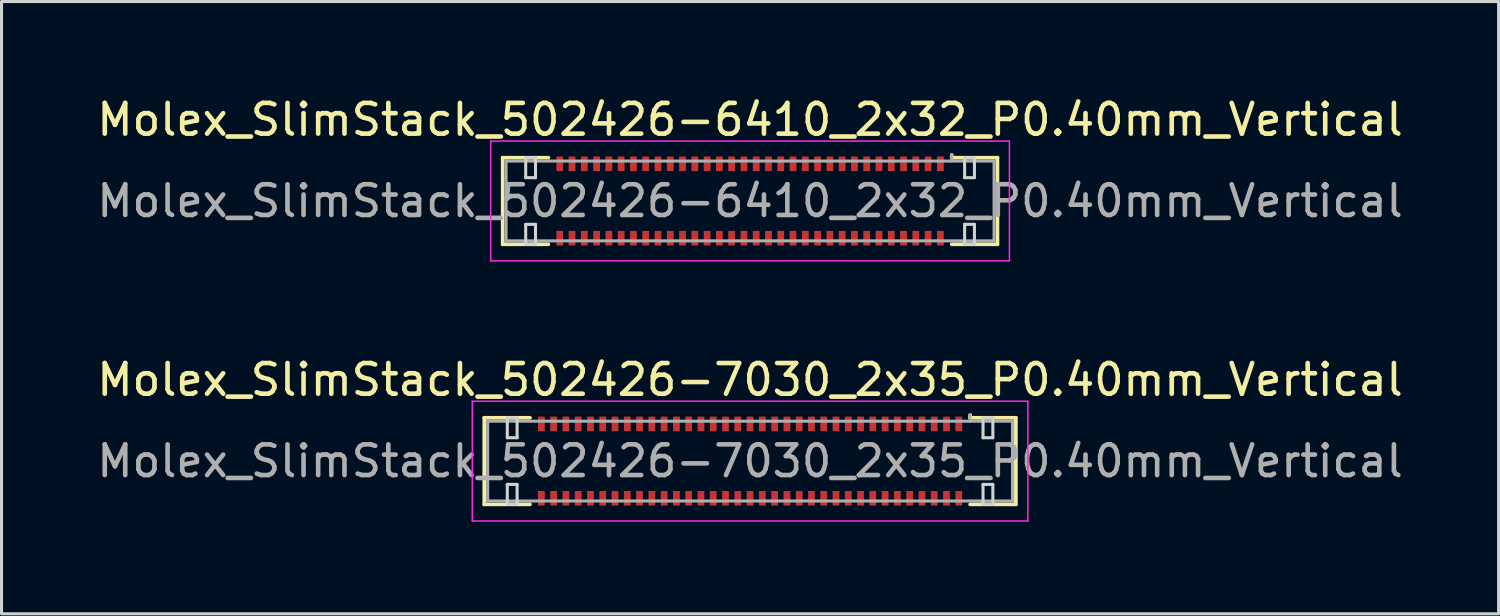
<source format=kicad_pcb>
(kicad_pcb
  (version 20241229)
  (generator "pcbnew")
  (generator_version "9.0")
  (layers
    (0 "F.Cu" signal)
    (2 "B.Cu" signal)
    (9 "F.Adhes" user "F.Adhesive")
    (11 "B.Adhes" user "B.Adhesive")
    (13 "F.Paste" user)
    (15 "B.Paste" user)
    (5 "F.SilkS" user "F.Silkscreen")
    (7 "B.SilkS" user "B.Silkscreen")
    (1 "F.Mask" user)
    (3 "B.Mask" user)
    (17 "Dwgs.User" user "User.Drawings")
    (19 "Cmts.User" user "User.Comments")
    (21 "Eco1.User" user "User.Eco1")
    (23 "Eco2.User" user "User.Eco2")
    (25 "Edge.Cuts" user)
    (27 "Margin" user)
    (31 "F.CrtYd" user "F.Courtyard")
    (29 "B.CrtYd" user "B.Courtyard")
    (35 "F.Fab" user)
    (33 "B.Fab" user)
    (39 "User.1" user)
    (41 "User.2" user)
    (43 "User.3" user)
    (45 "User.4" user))
  (footprint "Molex_SlimStack_502426-6410_2x32_P0.40mm_Vertical"
    (layer "F.Cu")
    (at 21.387 3.498)
    (property "Reference" "Molex_SlimStack_502426-6410_2x32_P0.40mm_Vertical" (at 0 -2.65 0) (layer "F.SilkS") (effects (font (size 1 1) (thickness 0.15))))
    (attr smd)
    (fp_line (start -8.06 -1.41) (end -6.57 -1.41) (stroke (width 0.12) (type solid)) (layer "F.SilkS"))
    (fp_line (start -8.06 1.41) (end -8.06 -1.41) (stroke (width 0.12) (type solid)) (layer "F.SilkS"))
    (fp_line (start -6.57 1.41) (end -8.06 1.41) (stroke (width 0.12) (type solid)) (layer "F.SilkS"))
    (fp_line (start 6.57 -1.41) (end 6.57 -1.5) (stroke (width 0.12) (type solid)) (layer "F.SilkS"))
    (fp_line (start 6.57 1.41) (end 8.06 1.41) (stroke (width 0.12) (type solid)) (layer "F.SilkS"))
    (fp_line (start 8.06 -1.41) (end 6.57 -1.41) (stroke (width 0.12) (type solid)) (layer "F.SilkS"))
    (fp_line (start 8.06 1.41) (end 8.06 -1.41) (stroke (width 0.12) (type solid)) (layer "F.SilkS"))
    (fp_line (start -7.31 -1.41) (end -7.31 -0.76) (stroke (width 0.1) (type solid)) (layer "Edge.Cuts"))
    (fp_line (start -7.31 -0.76) (end -6.99 -0.76) (stroke (width 0.1) (type solid)) (layer "Edge.Cuts"))
    (fp_line (start -7.31 0.76) (end -7.31 1.41) (stroke (width 0.1) (type solid)) (layer "Edge.Cuts"))
    (fp_line (start -7.31 1.41) (end -6.99 1.41) (stroke (width 0.1) (type solid)) (layer "Edge.Cuts"))
    (fp_line (start -6.99 -1.41) (end -7.31 -1.41) (stroke (width 0.1) (type solid)) (layer "Edge.Cuts"))
    (fp_line (start -6.99 -0.76) (end -6.99 -1.41) (stroke (width 0.1) (type solid)) (layer "Edge.Cuts"))
    (fp_line (start -6.99 0.76) (end -7.31 0.76) (stroke (width 0.1) (type solid)) (layer "Edge.Cuts"))
    (fp_line (start -6.99 1.41) (end -6.99 0.76) (stroke (width 0.1) (type solid)) (layer "Edge.Cuts"))
    (fp_line (start 6.99 -1.41) (end 6.99 -0.76) (stroke (width 0.1) (type solid)) (layer "Edge.Cuts"))
    (fp_line (start 6.99 -0.76) (end 7.31 -0.76) (stroke (width 0.1) (type solid)) (layer "Edge.Cuts"))
    (fp_line (start 6.99 0.76) (end 6.99 1.41) (stroke (width 0.1) (type solid)) (layer "Edge.Cuts"))
    (fp_line (start 6.99 1.41) (end 7.31 1.41) (stroke (width 0.1) (type solid)) (layer "Edge.Cuts"))
    (fp_line (start 7.31 -1.41) (end 6.99 -1.41) (stroke (width 0.1) (type solid)) (layer "Edge.Cuts"))
    (fp_line (start 7.31 -0.76) (end 7.31 -1.41) (stroke (width 0.1) (type solid)) (layer "Edge.Cuts"))
    (fp_line (start 7.31 0.76) (end 6.99 0.76) (stroke (width 0.1) (type solid)) (layer "Edge.Cuts"))
    (fp_line (start 7.31 1.41) (end 7.31 0.76) (stroke (width 0.1) (type solid)) (layer "Edge.Cuts"))
    (fp_line (start -8.45 -1.95) (end -8.45 1.95) (stroke (width 0.05) (type solid)) (layer "F.CrtYd"))
    (fp_line (start -8.45 1.95) (end 8.45 1.95) (stroke (width 0.05) (type solid)) (layer "F.CrtYd"))
    (fp_line (start 8.45 -1.95) (end -8.45 -1.95) (stroke (width 0.05) (type solid)) (layer "F.CrtYd"))
    (fp_line (start 8.45 1.95) (end 8.45 -1.95) (stroke (width 0.05) (type solid)) (layer "F.CrtYd"))
    (fp_line (start -7.95 -1.3) (end -7.95 1.3) (stroke (width 0.1) (type solid)) (layer "F.Fab"))
    (fp_line (start -7.95 1.3) (end 7.95 1.3) (stroke (width 0.1) (type solid)) (layer "F.Fab"))
    (fp_line (start 6.57 -1.3) (end 6.57 -1.5) (stroke (width 0.1) (type solid)) (layer "F.Fab"))
    (fp_line (start 7.95 -1.3) (end -7.95 -1.3) (stroke (width 0.1) (type solid)) (layer "F.Fab"))
    (fp_line (start 7.95 1.3) (end 7.95 -1.3) (stroke (width 0.1) (type solid)) (layer "F.Fab"))
    (fp_text user "${REFERENCE}" (at 0 0 0) (layer "F.Fab") (effects (font (size 1 1) (thickness 0.15))))
    (pad "1" smd rect (at 6.2 -1.212) (size 0.22 0.475) (layers "F.Cu" "F.Mask" "F.Paste"))
    (pad "2" smd rect (at 6.2 1.212) (size 0.22 0.475) (layers "F.Cu" "F.Mask" "F.Paste"))
    (pad "3" smd rect (at 5.8 -1.212) (size 0.22 0.475) (layers "F.Cu" "F.Mask" "F.Paste"))
    (pad "4" smd rect (at 5.8 1.212) (size 0.22 0.475) (layers "F.Cu" "F.Mask" "F.Paste"))
    (pad "5" smd rect (at 5.4 -1.212) (size 0.22 0.475) (layers "F.Cu" "F.Mask" "F.Paste"))
    (pad "6" smd rect (at 5.4 1.212) (size 0.22 0.475) (layers "F.Cu" "F.Mask" "F.Paste"))
    (pad "7" smd rect (at 5 -1.212) (size 0.22 0.475) (layers "F.Cu" "F.Mask" "F.Paste"))
    (pad "8" smd rect (at 5 1.212) (size 0.22 0.475) (layers "F.Cu" "F.Mask" "F.Paste"))
    (pad "9" smd rect (at 4.6 -1.212) (size 0.22 0.475) (layers "F.Cu" "F.Mask" "F.Paste"))
    (pad "10" smd rect (at 4.6 1.212) (size 0.22 0.475) (layers "F.Cu" "F.Mask" "F.Paste"))
    (pad "11" smd rect (at 4.2 -1.212) (size 0.22 0.475) (layers "F.Cu" "F.Mask" "F.Paste"))
    (pad "12" smd rect (at 4.2 1.212) (size 0.22 0.475) (layers "F.Cu" "F.Mask" "F.Paste"))
    (pad "13" smd rect (at 3.8 -1.212) (size 0.22 0.475) (layers "F.Cu" "F.Mask" "F.Paste"))
    (pad "14" smd rect (at 3.8 1.212) (size 0.22 0.475) (layers "F.Cu" "F.Mask" "F.Paste"))
    (pad "15" smd rect (at 3.4 -1.212) (size 0.22 0.475) (layers "F.Cu" "F.Mask" "F.Paste"))
    (pad "16" smd rect (at 3.4 1.212) (size 0.22 0.475) (layers "F.Cu" "F.Mask" "F.Paste"))
    (pad "17" smd rect (at 3 -1.212) (size 0.22 0.475) (layers "F.Cu" "F.Mask" "F.Paste"))
    (pad "18" smd rect (at 3 1.212) (size 0.22 0.475) (layers "F.Cu" "F.Mask" "F.Paste"))
    (pad "19" smd rect (at 2.6 -1.212) (size 0.22 0.475) (layers "F.Cu" "F.Mask" "F.Paste"))
    (pad "20" smd rect (at 2.6 1.212) (size 0.22 0.475) (layers "F.Cu" "F.Mask" "F.Paste"))
    (pad "21" smd rect (at 2.2 -1.212) (size 0.22 0.475) (layers "F.Cu" "F.Mask" "F.Paste"))
    (pad "22" smd rect (at 2.2 1.212) (size 0.22 0.475) (layers "F.Cu" "F.Mask" "F.Paste"))
    (pad "23" smd rect (at 1.8 -1.212) (size 0.22 0.475) (layers "F.Cu" "F.Mask" "F.Paste"))
    (pad "24" smd rect (at 1.8 1.212) (size 0.22 0.475) (layers "F.Cu" "F.Mask" "F.Paste"))
    (pad "25" smd rect (at 1.4 -1.212) (size 0.22 0.475) (layers "F.Cu" "F.Mask" "F.Paste"))
    (pad "26" smd rect (at 1.4 1.212) (size 0.22 0.475) (layers "F.Cu" "F.Mask" "F.Paste"))
    (pad "27" smd rect (at 1 -1.212) (size 0.22 0.475) (layers "F.Cu" "F.Mask" "F.Paste"))
    (pad "28" smd rect (at 1 1.212) (size 0.22 0.475) (layers "F.Cu" "F.Mask" "F.Paste"))
    (pad "29" smd rect (at 0.6 -1.212) (size 0.22 0.475) (layers "F.Cu" "F.Mask" "F.Paste"))
    (pad "30" smd rect (at 0.6 1.212) (size 0.22 0.475) (layers "F.Cu" "F.Mask" "F.Paste"))
    (pad "31" smd rect (at 0.2 -1.212) (size 0.22 0.475) (layers "F.Cu" "F.Mask" "F.Paste"))
    (pad "32" smd rect (at 0.2 1.212) (size 0.22 0.475) (layers "F.Cu" "F.Mask" "F.Paste"))
    (pad "33" smd rect (at -0.2 -1.212) (size 0.22 0.475) (layers "F.Cu" "F.Mask" "F.Paste"))
    (pad "34" smd rect (at -0.2 1.212) (size 0.22 0.475) (layers "F.Cu" "F.Mask" "F.Paste"))
    (pad "35" smd rect (at -0.6 -1.212) (size 0.22 0.475) (layers "F.Cu" "F.Mask" "F.Paste"))
    (pad "36" smd rect (at -0.6 1.212) (size 0.22 0.475) (layers "F.Cu" "F.Mask" "F.Paste"))
    (pad "37" smd rect (at -1 -1.212) (size 0.22 0.475) (layers "F.Cu" "F.Mask" "F.Paste"))
    (pad "38" smd rect (at -1 1.212) (size 0.22 0.475) (layers "F.Cu" "F.Mask" "F.Paste"))
    (pad "39" smd rect (at -1.4 -1.212) (size 0.22 0.475) (layers "F.Cu" "F.Mask" "F.Paste"))
    (pad "40" smd rect (at -1.4 1.212) (size 0.22 0.475) (layers "F.Cu" "F.Mask" "F.Paste"))
    (pad "41" smd rect (at -1.8 -1.212) (size 0.22 0.475) (layers "F.Cu" "F.Mask" "F.Paste"))
    (pad "42" smd rect (at -1.8 1.212) (size 0.22 0.475) (layers "F.Cu" "F.Mask" "F.Paste"))
    (pad "43" smd rect (at -2.2 -1.212) (size 0.22 0.475) (layers "F.Cu" "F.Mask" "F.Paste"))
    (pad "44" smd rect (at -2.2 1.212) (size 0.22 0.475) (layers "F.Cu" "F.Mask" "F.Paste"))
    (pad "45" smd rect (at -2.6 -1.212) (size 0.22 0.475) (layers "F.Cu" "F.Mask" "F.Paste"))
    (pad "46" smd rect (at -2.6 1.212) (size 0.22 0.475) (layers "F.Cu" "F.Mask" "F.Paste"))
    (pad "47" smd rect (at -3 -1.212) (size 0.22 0.475) (layers "F.Cu" "F.Mask" "F.Paste"))
    (pad "48" smd rect (at -3 1.212) (size 0.22 0.475) (layers "F.Cu" "F.Mask" "F.Paste"))
    (pad "49" smd rect (at -3.4 -1.212) (size 0.22 0.475) (layers "F.Cu" "F.Mask" "F.Paste"))
    (pad "50" smd rect (at -3.4 1.212) (size 0.22 0.475) (layers "F.Cu" "F.Mask" "F.Paste"))
    (pad "51" smd rect (at -3.8 -1.212) (size 0.22 0.475) (layers "F.Cu" "F.Mask" "F.Paste"))
    (pad "52" smd rect (at -3.8 1.212) (size 0.22 0.475) (layers "F.Cu" "F.Mask" "F.Paste"))
    (pad "53" smd rect (at -4.2 -1.212) (size 0.22 0.475) (layers "F.Cu" "F.Mask" "F.Paste"))
    (pad "54" smd rect (at -4.2 1.212) (size 0.22 0.475) (layers "F.Cu" "F.Mask" "F.Paste"))
    (pad "55" smd rect (at -4.6 -1.212) (size 0.22 0.475) (layers "F.Cu" "F.Mask" "F.Paste"))
    (pad "56" smd rect (at -4.6 1.212) (size 0.22 0.475) (layers "F.Cu" "F.Mask" "F.Paste"))
    (pad "57" smd rect (at -5 -1.212) (size 0.22 0.475) (layers "F.Cu" "F.Mask" "F.Paste"))
    (pad "58" smd rect (at -5 1.212) (size 0.22 0.475) (layers "F.Cu" "F.Mask" "F.Paste"))
    (pad "59" smd rect (at -5.4 -1.212) (size 0.22 0.475) (layers "F.Cu" "F.Mask" "F.Paste"))
    (pad "60" smd rect (at -5.4 1.212) (size 0.22 0.475) (layers "F.Cu" "F.Mask" "F.Paste"))
    (pad "61" smd rect (at -5.8 -1.212) (size 0.22 0.475) (layers "F.Cu" "F.Mask" "F.Paste"))
    (pad "62" smd rect (at -5.8 1.212) (size 0.22 0.475) (layers "F.Cu" "F.Mask" "F.Paste"))
    (pad "63" smd rect (at -6.2 -1.212) (size 0.22 0.475) (layers "F.Cu" "F.Mask" "F.Paste"))
    (pad "64" smd rect (at -6.2 1.212) (size 0.22 0.475) (layers "F.Cu" "F.Mask" "F.Paste")))
  (footprint "Molex_SlimStack_502426-7030_2x35_P0.40mm_Vertical"
    (layer "F.Cu")
    (at 21.387 11.972)
    (property "Reference" "Molex_SlimStack_502426-7030_2x35_P0.40mm_Vertical" (at 0 -2.65 0) (layer "F.SilkS") (effects (font (size 1 1) (thickness 0.15))))
    (attr smd)
    (fp_line (start -8.66 -1.41) (end -7.17 -1.41) (stroke (width 0.12) (type solid)) (layer "F.SilkS"))
    (fp_line (start -8.66 1.41) (end -8.66 -1.41) (stroke (width 0.12) (type solid)) (layer "F.SilkS"))
    (fp_line (start -7.17 1.41) (end -8.66 1.41) (stroke (width 0.12) (type solid)) (layer "F.SilkS"))
    (fp_line (start 7.17 -1.41) (end 7.17 -1.5) (stroke (width 0.12) (type solid)) (layer "F.SilkS"))
    (fp_line (start 7.17 1.41) (end 8.66 1.41) (stroke (width 0.12) (type solid)) (layer "F.SilkS"))
    (fp_line (start 8.66 -1.41) (end 7.17 -1.41) (stroke (width 0.12) (type solid)) (layer "F.SilkS"))
    (fp_line (start 8.66 1.41) (end 8.66 -1.41) (stroke (width 0.12) (type solid)) (layer "F.SilkS"))
    (fp_line (start -7.91 -1.41) (end -7.91 -0.76) (stroke (width 0.1) (type solid)) (layer "Edge.Cuts"))
    (fp_line (start -7.91 -0.76) (end -7.59 -0.76) (stroke (width 0.1) (type solid)) (layer "Edge.Cuts"))
    (fp_line (start -7.91 0.76) (end -7.91 1.41) (stroke (width 0.1) (type solid)) (layer "Edge.Cuts"))
    (fp_line (start -7.91 1.41) (end -7.59 1.41) (stroke (width 0.1) (type solid)) (layer "Edge.Cuts"))
    (fp_line (start -7.59 -1.41) (end -7.91 -1.41) (stroke (width 0.1) (type solid)) (layer "Edge.Cuts"))
    (fp_line (start -7.59 -0.76) (end -7.59 -1.41) (stroke (width 0.1) (type solid)) (layer "Edge.Cuts"))
    (fp_line (start -7.59 0.76) (end -7.91 0.76) (stroke (width 0.1) (type solid)) (layer "Edge.Cuts"))
    (fp_line (start -7.59 1.41) (end -7.59 0.76) (stroke (width 0.1) (type solid)) (layer "Edge.Cuts"))
    (fp_line (start 7.59 -1.41) (end 7.59 -0.76) (stroke (width 0.1) (type solid)) (layer "Edge.Cuts"))
    (fp_line (start 7.59 -0.76) (end 7.91 -0.76) (stroke (width 0.1) (type solid)) (layer "Edge.Cuts"))
    (fp_line (start 7.59 0.76) (end 7.59 1.41) (stroke (width 0.1) (type solid)) (layer "Edge.Cuts"))
    (fp_line (start 7.59 1.41) (end 7.91 1.41) (stroke (width 0.1) (type solid)) (layer "Edge.Cuts"))
    (fp_line (start 7.91 -1.41) (end 7.59 -1.41) (stroke (width 0.1) (type solid)) (layer "Edge.Cuts"))
    (fp_line (start 7.91 -0.76) (end 7.91 -1.41) (stroke (width 0.1) (type solid)) (layer "Edge.Cuts"))
    (fp_line (start 7.91 0.76) (end 7.59 0.76) (stroke (width 0.1) (type solid)) (layer "Edge.Cuts"))
    (fp_line (start 7.91 1.41) (end 7.91 0.76) (stroke (width 0.1) (type solid)) (layer "Edge.Cuts"))
    (fp_line (start -9.05 -1.95) (end -9.05 1.95) (stroke (width 0.05) (type solid)) (layer "F.CrtYd"))
    (fp_line (start -9.05 1.95) (end 9.05 1.95) (stroke (width 0.05) (type solid)) (layer "F.CrtYd"))
    (fp_line (start 9.05 -1.95) (end -9.05 -1.95) (stroke (width 0.05) (type solid)) (layer "F.CrtYd"))
    (fp_line (start 9.05 1.95) (end 9.05 -1.95) (stroke (width 0.05) (type solid)) (layer "F.CrtYd"))
    (fp_line (start -8.55 -1.3) (end -8.55 1.3) (stroke (width 0.1) (type solid)) (layer "F.Fab"))
    (fp_line (start -8.55 1.3) (end 8.55 1.3) (stroke (width 0.1) (type solid)) (layer "F.Fab"))
    (fp_line (start 7.17 -1.3) (end 7.17 -1.5) (stroke (width 0.1) (type solid)) (layer "F.Fab"))
    (fp_line (start 8.55 -1.3) (end -8.55 -1.3) (stroke (width 0.1) (type solid)) (layer "F.Fab"))
    (fp_line (start 8.55 1.3) (end 8.55 -1.3) (stroke (width 0.1) (type solid)) (layer "F.Fab"))
    (fp_text user "${REFERENCE}" (at 0 0 0) (layer "F.Fab") (effects (font (size 1 1) (thickness 0.15))))
    (pad "1" smd rect (at 6.8 -1.212) (size 0.22 0.475) (layers "F.Cu" "F.Mask" "F.Paste"))
    (pad "2" smd rect (at 6.8 1.212) (size 0.22 0.475) (layers "F.Cu" "F.Mask" "F.Paste"))
    (pad "3" smd rect (at 6.4 -1.212) (size 0.22 0.475) (layers "F.Cu" "F.Mask" "F.Paste"))
    (pad "4" smd rect (at 6.4 1.212) (size 0.22 0.475) (layers "F.Cu" "F.Mask" "F.Paste"))
    (pad "5" smd rect (at 6 -1.212) (size 0.22 0.475) (layers "F.Cu" "F.Mask" "F.Paste"))
    (pad "6" smd rect (at 6 1.212) (size 0.22 0.475) (layers "F.Cu" "F.Mask" "F.Paste"))
    (pad "7" smd rect (at 5.6 -1.212) (size 0.22 0.475) (layers "F.Cu" "F.Mask" "F.Paste"))
    (pad "8" smd rect (at 5.6 1.212) (size 0.22 0.475) (layers "F.Cu" "F.Mask" "F.Paste"))
    (pad "9" smd rect (at 5.2 -1.212) (size 0.22 0.475) (layers "F.Cu" "F.Mask" "F.Paste"))
    (pad "10" smd rect (at 5.2 1.212) (size 0.22 0.475) (layers "F.Cu" "F.Mask" "F.Paste"))
    (pad "11" smd rect (at 4.8 -1.212) (size 0.22 0.475) (layers "F.Cu" "F.Mask" "F.Paste"))
    (pad "12" smd rect (at 4.8 1.212) (size 0.22 0.475) (layers "F.Cu" "F.Mask" "F.Paste"))
    (pad "13" smd rect (at 4.4 -1.212) (size 0.22 0.475) (layers "F.Cu" "F.Mask" "F.Paste"))
    (pad "14" smd rect (at 4.4 1.212) (size 0.22 0.475) (layers "F.Cu" "F.Mask" "F.Paste"))
    (pad "15" smd rect (at 4 -1.212) (size 0.22 0.475) (layers "F.Cu" "F.Mask" "F.Paste"))
    (pad "16" smd rect (at 4 1.212) (size 0.22 0.475) (layers "F.Cu" "F.Mask" "F.Paste"))
    (pad "17" smd rect (at 3.6 -1.212) (size 0.22 0.475) (layers "F.Cu" "F.Mask" "F.Paste"))
    (pad "18" smd rect (at 3.6 1.212) (size 0.22 0.475) (layers "F.Cu" "F.Mask" "F.Paste"))
    (pad "19" smd rect (at 3.2 -1.212) (size 0.22 0.475) (layers "F.Cu" "F.Mask" "F.Paste"))
    (pad "20" smd rect (at 3.2 1.212) (size 0.22 0.475) (layers "F.Cu" "F.Mask" "F.Paste"))
    (pad "21" smd rect (at 2.8 -1.212) (size 0.22 0.475) (layers "F.Cu" "F.Mask" "F.Paste"))
    (pad "22" smd rect (at 2.8 1.212) (size 0.22 0.475) (layers "F.Cu" "F.Mask" "F.Paste"))
    (pad "23" smd rect (at 2.4 -1.212) (size 0.22 0.475) (layers "F.Cu" "F.Mask" "F.Paste"))
    (pad "24" smd rect (at 2.4 1.212) (size 0.22 0.475) (layers "F.Cu" "F.Mask" "F.Paste"))
    (pad "25" smd rect (at 2 -1.212) (size 0.22 0.475) (layers "F.Cu" "F.Mask" "F.Paste"))
    (pad "26" smd rect (at 2 1.212) (size 0.22 0.475) (layers "F.Cu" "F.Mask" "F.Paste"))
    (pad "27" smd rect (at 1.6 -1.212) (size 0.22 0.475) (layers "F.Cu" "F.Mask" "F.Paste"))
    (pad "28" smd rect (at 1.6 1.212) (size 0.22 0.475) (layers "F.Cu" "F.Mask" "F.Paste"))
    (pad "29" smd rect (at 1.2 -1.212) (size 0.22 0.475) (layers "F.Cu" "F.Mask" "F.Paste"))
    (pad "30" smd rect (at 1.2 1.212) (size 0.22 0.475) (layers "F.Cu" "F.Mask" "F.Paste"))
    (pad "31" smd rect (at 0.8 -1.212) (size 0.22 0.475) (layers "F.Cu" "F.Mask" "F.Paste"))
    (pad "32" smd rect (at 0.8 1.212) (size 0.22 0.475) (layers "F.Cu" "F.Mask" "F.Paste"))
    (pad "33" smd rect (at 0.4 -1.212) (size 0.22 0.475) (layers "F.Cu" "F.Mask" "F.Paste"))
    (pad "34" smd rect (at 0.4 1.212) (size 0.22 0.475) (layers "F.Cu" "F.Mask" "F.Paste"))
    (pad "35" smd rect (at 0 -1.212) (size 0.22 0.475) (layers "F.Cu" "F.Mask" "F.Paste"))
    (pad "36" smd rect (at 0 1.212) (size 0.22 0.475) (layers "F.Cu" "F.Mask" "F.Paste"))
    (pad "37" smd rect (at -0.4 -1.212) (size 0.22 0.475) (layers "F.Cu" "F.Mask" "F.Paste"))
    (pad "38" smd rect (at -0.4 1.212) (size 0.22 0.475) (layers "F.Cu" "F.Mask" "F.Paste"))
    (pad "39" smd rect (at -0.8 -1.212) (size 0.22 0.475) (layers "F.Cu" "F.Mask" "F.Paste"))
    (pad "40" smd rect (at -0.8 1.212) (size 0.22 0.475) (layers "F.Cu" "F.Mask" "F.Paste"))
    (pad "41" smd rect (at -1.2 -1.212) (size 0.22 0.475) (layers "F.Cu" "F.Mask" "F.Paste"))
    (pad "42" smd rect (at -1.2 1.212) (size 0.22 0.475) (layers "F.Cu" "F.Mask" "F.Paste"))
    (pad "43" smd rect (at -1.6 -1.212) (size 0.22 0.475) (layers "F.Cu" "F.Mask" "F.Paste"))
    (pad "44" smd rect (at -1.6 1.212) (size 0.22 0.475) (layers "F.Cu" "F.Mask" "F.Paste"))
    (pad "45" smd rect (at -2 -1.212) (size 0.22 0.475) (layers "F.Cu" "F.Mask" "F.Paste"))
    (pad "46" smd rect (at -2 1.212) (size 0.22 0.475) (layers "F.Cu" "F.Mask" "F.Paste"))
    (pad "47" smd rect (at -2.4 -1.212) (size 0.22 0.475) (layers "F.Cu" "F.Mask" "F.Paste"))
    (pad "48" smd rect (at -2.4 1.212) (size 0.22 0.475) (layers "F.Cu" "F.Mask" "F.Paste"))
    (pad "49" smd rect (at -2.8 -1.212) (size 0.22 0.475) (layers "F.Cu" "F.Mask" "F.Paste"))
    (pad "50" smd rect (at -2.8 1.212) (size 0.22 0.475) (layers "F.Cu" "F.Mask" "F.Paste"))
    (pad "51" smd rect (at -3.2 -1.212) (size 0.22 0.475) (layers "F.Cu" "F.Mask" "F.Paste"))
    (pad "52" smd rect (at -3.2 1.212) (size 0.22 0.475) (layers "F.Cu" "F.Mask" "F.Paste"))
    (pad "53" smd rect (at -3.6 -1.212) (size 0.22 0.475) (layers "F.Cu" "F.Mask" "F.Paste"))
    (pad "54" smd rect (at -3.6 1.212) (size 0.22 0.475) (layers "F.Cu" "F.Mask" "F.Paste"))
    (pad "55" smd rect (at -4 -1.212) (size 0.22 0.475) (layers "F.Cu" "F.Mask" "F.Paste"))
    (pad "56" smd rect (at -4 1.212) (size 0.22 0.475) (layers "F.Cu" "F.Mask" "F.Paste"))
    (pad "57" smd rect (at -4.4 -1.212) (size 0.22 0.475) (layers "F.Cu" "F.Mask" "F.Paste"))
    (pad "58" smd rect (at -4.4 1.212) (size 0.22 0.475) (layers "F.Cu" "F.Mask" "F.Paste"))
    (pad "59" smd rect (at -4.8 -1.212) (size 0.22 0.475) (layers "F.Cu" "F.Mask" "F.Paste"))
    (pad "60" smd rect (at -4.8 1.212) (size 0.22 0.475) (layers "F.Cu" "F.Mask" "F.Paste"))
    (pad "61" smd rect (at -5.2 -1.212) (size 0.22 0.475) (layers "F.Cu" "F.Mask" "F.Paste"))
    (pad "62" smd rect (at -5.2 1.212) (size 0.22 0.475) (layers "F.Cu" "F.Mask" "F.Paste"))
    (pad "63" smd rect (at -5.6 -1.212) (size 0.22 0.475) (layers "F.Cu" "F.Mask" "F.Paste"))
    (pad "64" smd rect (at -5.6 1.212) (size 0.22 0.475) (layers "F.Cu" "F.Mask" "F.Paste"))
    (pad "65" smd rect (at -6 -1.212) (size 0.22 0.475) (layers "F.Cu" "F.Mask" "F.Paste"))
    (pad "66" smd rect (at -6 1.212) (size 0.22 0.475) (layers "F.Cu" "F.Mask" "F.Paste"))
    (pad "67" smd rect (at -6.4 -1.212) (size 0.22 0.475) (layers "F.Cu" "F.Mask" "F.Paste"))
    (pad "68" smd rect (at -6.4 1.212) (size 0.22 0.475) (layers "F.Cu" "F.Mask" "F.Paste"))
    (pad "69" smd rect (at -6.8 -1.212) (size 0.22 0.475) (layers "F.Cu" "F.Mask" "F.Paste"))
    (pad "70" smd rect (at -6.8 1.212) (size 0.22 0.475) (layers "F.Cu" "F.Mask" "F.Paste")))
  (gr_rect
    (start -3 -3)
    (end 45.774 16.947)
    (stroke (width 0.1) (type default))
    (fill no)
    (layer "Edge.Cuts")))
</source>
